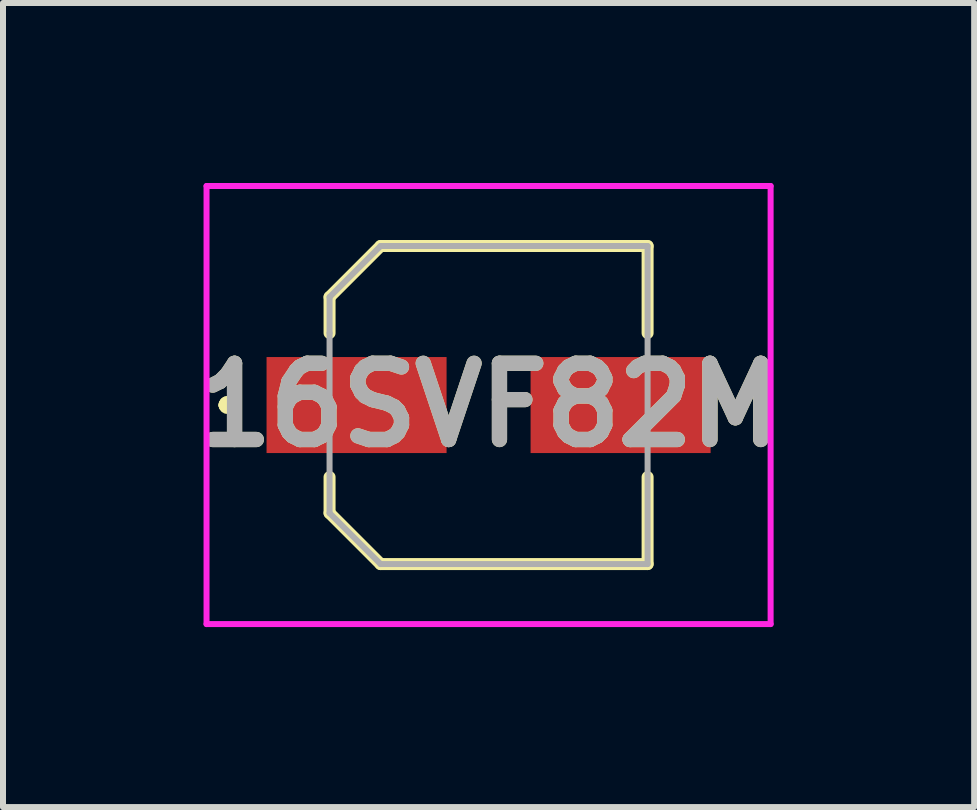
<source format=kicad_pcb>
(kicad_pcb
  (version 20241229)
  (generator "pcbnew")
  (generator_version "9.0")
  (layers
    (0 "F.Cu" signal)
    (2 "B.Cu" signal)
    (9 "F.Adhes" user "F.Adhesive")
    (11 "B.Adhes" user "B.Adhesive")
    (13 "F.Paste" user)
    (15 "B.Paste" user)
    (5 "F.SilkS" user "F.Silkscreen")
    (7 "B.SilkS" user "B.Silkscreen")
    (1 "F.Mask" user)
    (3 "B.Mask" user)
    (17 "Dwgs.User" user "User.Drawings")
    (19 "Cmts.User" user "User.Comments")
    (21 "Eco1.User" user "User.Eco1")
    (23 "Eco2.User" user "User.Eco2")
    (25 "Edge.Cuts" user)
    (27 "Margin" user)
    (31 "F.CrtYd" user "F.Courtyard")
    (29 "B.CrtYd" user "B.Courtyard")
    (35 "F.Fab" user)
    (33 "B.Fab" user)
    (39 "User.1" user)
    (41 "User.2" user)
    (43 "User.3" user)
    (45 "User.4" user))
  (footprint "16SVF82M"
    (layer "F.Cu")
    (at 5.092 3.7)
    (property "Reference" "16SVF82M" (at 0 0 0) (layer "F.SilkS") (effects (font (size 1.27 1.27) (thickness 0.254))))
    (attr smd)
    (fp_line (start -4.4 0) (end -4.4 0) (stroke (width 0.2) (type solid)) (layer "F.SilkS"))
    (fp_line (start -4.3 0) (end -4.3 0) (stroke (width 0.2) (type solid)) (layer "F.SilkS"))
    (fp_line (start -4.3 0) (end -4.3 0) (stroke (width 0.2) (type solid)) (layer "F.SilkS"))
    (fp_line (start -2.65 -1.8) (end -1.8 -2.65) (stroke (width 0.2) (type solid)) (layer "F.SilkS"))
    (fp_line (start -2.65 -1.2) (end -2.65 -1.8) (stroke (width 0.2) (type solid)) (layer "F.SilkS"))
    (fp_line (start -2.65 1.2) (end -2.65 1.8) (stroke (width 0.2) (type solid)) (layer "F.SilkS"))
    (fp_line (start -2.65 1.8) (end -1.8 2.65) (stroke (width 0.2) (type solid)) (layer "F.SilkS"))
    (fp_line (start -1.8 -2.65) (end 2.65 -2.65) (stroke (width 0.2) (type solid)) (layer "F.SilkS"))
    (fp_line (start -1.8 2.65) (end 2.65 2.65) (stroke (width 0.2) (type solid)) (layer "F.SilkS"))
    (fp_line (start 2.65 -2.65) (end 2.65 -1.2) (stroke (width 0.2) (type solid)) (layer "F.SilkS"))
    (fp_line (start 2.65 2.65) (end 2.65 1.2) (stroke (width 0.2) (type solid)) (layer "F.SilkS"))
    (fp_arc (start -4.4 0) (mid -4.35 -0.05) (end -4.3 0) (stroke (width 0.2) (type solid)) (layer "F.SilkS"))
    (fp_arc (start -4.4 0) (mid -4.35 -0.05) (end -4.3 0) (stroke (width 0.2) (type solid)) (layer "F.SilkS"))
    (fp_arc (start -4.3 0) (mid -4.35 0.05) (end -4.4 0) (stroke (width 0.2) (type solid)) (layer "F.SilkS"))
    (fp_line (start -4.7 -3.65) (end 4.7 -3.65) (stroke (width 0.1) (type solid)) (layer "F.CrtYd"))
    (fp_line (start -4.7 3.65) (end -4.7 -3.65) (stroke (width 0.1) (type solid)) (layer "F.CrtYd"))
    (fp_line (start 4.7 -3.65) (end 4.7 3.65) (stroke (width 0.1) (type solid)) (layer "F.CrtYd"))
    (fp_line (start 4.7 3.65) (end -4.7 3.65) (stroke (width 0.1) (type solid)) (layer "F.CrtYd"))
    (fp_line (start -2.65 -1.8) (end -1.8 -2.65) (stroke (width 0.1) (type solid)) (layer "F.Fab"))
    (fp_line (start -2.65 -1.2) (end -2.65 -1.8) (stroke (width 0.1) (type solid)) (layer "F.Fab"))
    (fp_line (start -2.65 1.8) (end -2.65 -1.2) (stroke (width 0.1) (type solid)) (layer "F.Fab"))
    (fp_line (start -1.8 -2.65) (end 2.65 -2.65) (stroke (width 0.1) (type solid)) (layer "F.Fab"))
    (fp_line (start -1.8 2.65) (end -2.65 1.8) (stroke (width 0.1) (type solid)) (layer "F.Fab"))
    (fp_line (start 2.65 -2.65) (end 2.65 2.65) (stroke (width 0.1) (type solid)) (layer "F.Fab"))
    (fp_line (start 2.65 2.65) (end -1.8 2.65) (stroke (width 0.1) (type solid)) (layer "F.Fab"))
    (fp_text user "${REFERENCE}" (at 0 0 0) (layer "F.Fab") (effects (font (size 1.27 1.27) (thickness 0.254))))
    (pad "1" smd rect (at -2.2 0 90) (size 1.6 3) (layers "F.Cu" "F.Mask" "F.Paste"))
    (pad "2" smd rect (at 2.2 0 90) (size 1.6 3) (layers "F.Cu" "F.Mask" "F.Paste")))
  (gr_rect
    (start -3 -3)
    (end 13.184 10.4)
    (stroke (width 0.1) (type default))
    (fill no)
    (layer "Edge.Cuts")))
</source>
